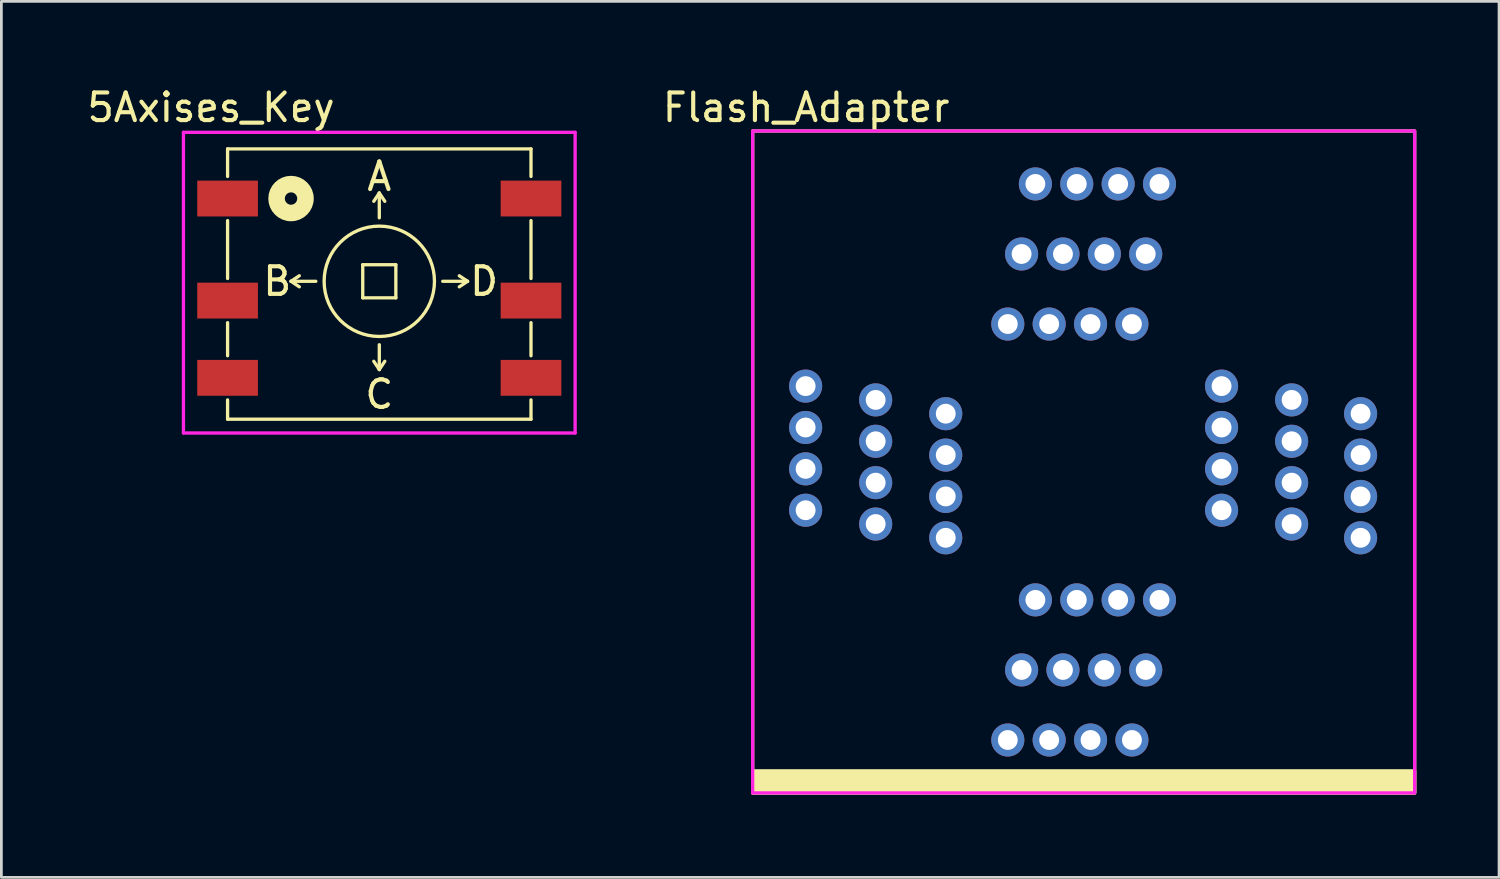
<source format=kicad_pcb>
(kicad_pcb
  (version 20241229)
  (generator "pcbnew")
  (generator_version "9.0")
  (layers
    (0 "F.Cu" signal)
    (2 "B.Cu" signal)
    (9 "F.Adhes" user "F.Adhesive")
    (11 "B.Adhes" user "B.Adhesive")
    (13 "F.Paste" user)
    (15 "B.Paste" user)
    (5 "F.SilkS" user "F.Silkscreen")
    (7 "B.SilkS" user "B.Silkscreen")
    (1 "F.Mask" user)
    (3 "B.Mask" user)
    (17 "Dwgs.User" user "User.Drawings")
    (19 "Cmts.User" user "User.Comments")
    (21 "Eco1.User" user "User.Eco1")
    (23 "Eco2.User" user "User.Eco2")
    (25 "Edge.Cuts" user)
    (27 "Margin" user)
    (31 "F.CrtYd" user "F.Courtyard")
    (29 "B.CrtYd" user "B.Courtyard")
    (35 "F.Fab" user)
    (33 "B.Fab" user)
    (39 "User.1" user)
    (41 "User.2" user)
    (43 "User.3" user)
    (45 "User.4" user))
  (footprint "5Axises_Key"
    (layer "F.Cu")
    (at 10.701 7.148)
    (property "Reference" "5Axises_Key" (at -6.1 -6.3 0) (layer "F.SilkS") (effects (font (size 1 1) (thickness 0.15))))
    (attr through_hole)
    (fp_line (start -5.5 -4.8) (end 5.5 -4.8) (stroke (width 0.12) (type solid)) (layer "F.SilkS"))
    (fp_line (start -5.5 -3.8) (end -5.5 -4.8) (stroke (width 0.12) (type solid)) (layer "F.SilkS"))
    (fp_line (start -5.5 -2.2) (end -5.5 -0.1) (stroke (width 0.12) (type solid)) (layer "F.SilkS"))
    (fp_line (start -5.5 1.5) (end -5.5 2.7) (stroke (width 0.12) (type solid)) (layer "F.SilkS"))
    (fp_line (start -5.5 4.3) (end -5.5 5) (stroke (width 0.12) (type solid)) (layer "F.SilkS"))
    (fp_line (start -5.5 5) (end 5.5 5) (stroke (width 0.12) (type solid)) (layer "F.SilkS"))
    (fp_line (start -3.2 0) (end -2.9 -0.2) (stroke (width 0.12) (type solid)) (layer "F.SilkS"))
    (fp_line (start -3.2 0) (end -2.9 0.2) (stroke (width 0.12) (type solid)) (layer "F.SilkS"))
    (fp_line (start -2.3 0) (end -3.2 0) (stroke (width 0.12) (type solid)) (layer "F.SilkS"))
    (fp_line (start -0.6 -0.6) (end -0.6 0.6) (stroke (width 0.12) (type solid)) (layer "F.SilkS"))
    (fp_line (start -0.6 0.6) (end 0.6 0.6) (stroke (width 0.12) (type solid)) (layer "F.SilkS"))
    (fp_line (start 0 -3.2) (end -0.2 -2.9) (stroke (width 0.12) (type solid)) (layer "F.SilkS"))
    (fp_line (start 0 -3.2) (end 0.2 -2.9) (stroke (width 0.12) (type solid)) (layer "F.SilkS"))
    (fp_line (start 0 -2.3) (end 0 -3.2) (stroke (width 0.12) (type solid)) (layer "F.SilkS"))
    (fp_line (start 0 2.3) (end 0 3.2) (stroke (width 0.12) (type solid)) (layer "F.SilkS"))
    (fp_line (start 0 3.2) (end -0.2 2.9) (stroke (width 0.12) (type solid)) (layer "F.SilkS"))
    (fp_line (start 0 3.2) (end 0.2 2.9) (stroke (width 0.12) (type solid)) (layer "F.SilkS"))
    (fp_line (start 0.6 -0.6) (end -0.6 -0.6) (stroke (width 0.12) (type solid)) (layer "F.SilkS"))
    (fp_line (start 0.6 0.6) (end 0.6 -0.6) (stroke (width 0.12) (type solid)) (layer "F.SilkS"))
    (fp_line (start 2.3 0) (end 3.2 0) (stroke (width 0.12) (type solid)) (layer "F.SilkS"))
    (fp_line (start 3.2 0) (end 2.9 -0.2) (stroke (width 0.12) (type solid)) (layer "F.SilkS"))
    (fp_line (start 3.2 0) (end 2.9 0.2) (stroke (width 0.12) (type solid)) (layer "F.SilkS"))
    (fp_line (start 5.5 -4.8) (end 5.5 -3.8) (stroke (width 0.12) (type solid)) (layer "F.SilkS"))
    (fp_line (start 5.5 -2.2) (end 5.5 -0.1) (stroke (width 0.12) (type solid)) (layer "F.SilkS"))
    (fp_line (start 5.5 1.5) (end 5.5 2.7) (stroke (width 0.12) (type solid)) (layer "F.SilkS"))
    (fp_line (start 5.5 5) (end 5.5 4.3) (stroke (width 0.12) (type solid)) (layer "F.SilkS"))
    (fp_circle (center -3.2 -3) (end -2.976 -3) (stroke (width 0.6) (type solid)) (fill no) (layer "F.SilkS"))
    (fp_circle (center 0 0) (end 2 0) (stroke (width 0.12) (type solid)) (fill no) (layer "F.SilkS"))
    (fp_line (start -7.1 -5.4) (end -7.1 5.5) (stroke (width 0.12) (type solid)) (layer "F.CrtYd"))
    (fp_line (start -7.1 5.5) (end 7.1 5.5) (stroke (width 0.12) (type solid)) (layer "F.CrtYd"))
    (fp_line (start 7.1 -5.4) (end -7.1 -5.4) (stroke (width 0.12) (type solid)) (layer "F.CrtYd"))
    (fp_line (start 7.1 5.5) (end 7.1 -5.4) (stroke (width 0.12) (type solid)) (layer "F.CrtYd"))
    (fp_text user "A" (at 0 -3.8 0) (layer "F.SilkS") (effects (font (size 1 1) (thickness 0.15))))
    (fp_text user "B" (at -3.7 0 0) (layer "F.SilkS") (effects (font (size 1 1) (thickness 0.15))))
    (fp_text user "C" (at 0 4.1 0) (layer "F.SilkS") (effects (font (size 1 1) (thickness 0.15))))
    (fp_text user "D" (at 3.8 0 0) (layer "F.SilkS") (effects (font (size 1 1) (thickness 0.15))))
    (pad "1" smd rect (at -5.5 -3) (size 2.2 1.3) (layers "F.Cu" "F.Mask" "F.Paste"))
    (pad "2" smd rect (at -5.5 0.7) (size 2.2 1.3) (layers "F.Cu" "F.Mask" "F.Paste"))
    (pad "3" smd rect (at -5.5 3.5) (size 2.2 1.3) (layers "F.Cu" "F.Mask" "F.Paste"))
    (pad "4" smd rect (at 5.5 3.5) (size 2.2 1.3) (layers "F.Cu" "F.Mask" "F.Paste"))
    (pad "5" smd rect (at 5.5 0.7) (size 2.2 1.3) (layers "F.Cu" "F.Mask" "F.Paste"))
    (pad "6" smd rect (at 5.5 -3) (size 2.2 1.3) (layers "F.Cu" "F.Mask" "F.Paste")))
  (footprint "Flash_Adapter"
    (layer "F.Cu")
    (at 36.237 13.698)
    (property "Reference" "Flash_Adapter" (at -10.06 -12.85 0) (layer "F.SilkS") (effects (font (size 1 1) (thickness 0.15))))
    (attr through_hole)
    (fp_rect (start -12 -12) (end 12 12) (stroke (width 0.12) (type solid)) (fill no) (layer "F.SilkS"))
    (fp_rect (start -12 11.2) (end 12 12) (stroke (width 0.12) (type solid)) (fill yes) (layer "F.SilkS"))
    (fp_rect (start -12 -12) (end 12 12) (stroke (width 0.12) (type solid)) (fill no) (layer "F.CrtYd"))
    (pad "1" thru_hole circle (at -2.75 10.08) (size 1.2 1.2) (drill 0.72) (layers "*.Cu" "*.Mask"))
    (pad "2" thru_hole circle (at -2.25 7.54) (size 1.2 1.2) (drill 0.72) (layers "*.Cu" "*.Mask"))
    (pad "3" thru_hole circle (at -1.75 5) (size 1.2 1.2) (drill 0.72) (layers "*.Cu" "*.Mask"))
    (pad "4" thru_hole circle (at -1.25 10.08) (size 1.2 1.2) (drill 0.72) (layers "*.Cu" "*.Mask"))
    (pad "5" thru_hole circle (at -0.75 7.54) (size 1.2 1.2) (drill 0.72) (layers "*.Cu" "*.Mask"))
    (pad "6" thru_hole circle (at -0.25 5) (size 1.2 1.2) (drill 0.72) (layers "*.Cu" "*.Mask"))
    (pad "7" thru_hole circle (at 0.25 10.08) (size 1.2 1.2) (drill 0.72) (layers "*.Cu" "*.Mask"))
    (pad "8" thru_hole circle (at 0.75 7.54) (size 1.2 1.2) (drill 0.72) (layers "*.Cu" "*.Mask"))
    (pad "9" thru_hole circle (at 1.25 5) (size 1.2 1.2) (drill 0.72) (layers "*.Cu" "*.Mask"))
    (pad "10" thru_hole circle (at 1.75 10.08) (size 1.2 1.2) (drill 0.72) (layers "*.Cu" "*.Mask"))
    (pad "11" thru_hole circle (at 2.25 7.54) (size 1.2 1.2) (drill 0.72) (layers "*.Cu" "*.Mask"))
    (pad "12" thru_hole circle (at 2.75 5) (size 1.2 1.2) (drill 0.72) (layers "*.Cu" "*.Mask"))
    (pad "13" thru_hole circle (at 10.04 2.75) (size 1.2 1.2) (drill 0.72) (layers "*.Cu" "*.Mask"))
    (pad "14" thru_hole circle (at 7.54 2.25) (size 1.2 1.2) (drill 0.72) (layers "*.Cu" "*.Mask"))
    (pad "15" thru_hole circle (at 5 1.75) (size 1.2 1.2) (drill 0.72) (layers "*.Cu" "*.Mask"))
    (pad "16" thru_hole circle (at 10.04 1.25) (size 1.2 1.2) (drill 0.72) (layers "*.Cu" "*.Mask"))
    (pad "17" thru_hole circle (at 7.54 0.75) (size 1.2 1.2) (drill 0.72) (layers "*.Cu" "*.Mask"))
    (pad "18" thru_hole circle (at 5 0.25) (size 1.2 1.2) (drill 0.72) (layers "*.Cu" "*.Mask"))
    (pad "19" thru_hole circle (at 10.04 -0.25) (size 1.2 1.2) (drill 0.72) (layers "*.Cu" "*.Mask"))
    (pad "20" thru_hole circle (at 7.54 -0.75) (size 1.2 1.2) (drill 0.72) (layers "*.Cu" "*.Mask"))
    (pad "21" thru_hole circle (at 5 -1.25) (size 1.2 1.2) (drill 0.72) (layers "*.Cu" "*.Mask"))
    (pad "22" thru_hole circle (at 10.04 -1.75) (size 1.2 1.2) (drill 0.72) (layers "*.Cu" "*.Mask"))
    (pad "23" thru_hole circle (at 7.54 -2.25) (size 1.2 1.2) (drill 0.72) (layers "*.Cu" "*.Mask"))
    (pad "24" thru_hole circle (at 5 -2.75) (size 1.2 1.2) (drill 0.72) (layers "*.Cu" "*.Mask"))
    (pad "25" thru_hole circle (at 2.75 -10.08) (size 1.2 1.2) (drill 0.72) (layers "*.Cu" "*.Mask"))
    (pad "26" thru_hole circle (at 2.25 -7.54) (size 1.2 1.2) (drill 0.72) (layers "*.Cu" "*.Mask"))
    (pad "27" thru_hole circle (at 1.75 -5) (size 1.2 1.2) (drill 0.72) (layers "*.Cu" "*.Mask"))
    (pad "28" thru_hole circle (at 1.25 -10.08) (size 1.2 1.2) (drill 0.72) (layers "*.Cu" "*.Mask"))
    (pad "29" thru_hole circle (at 0.75 -7.54) (size 1.2 1.2) (drill 0.72) (layers "*.Cu" "*.Mask"))
    (pad "30" thru_hole circle (at 0.25 -5) (size 1.2 1.2) (drill 0.72) (layers "*.Cu" "*.Mask"))
    (pad "31" thru_hole circle (at -0.25 -10.08) (size 1.2 1.2) (drill 0.72) (layers "*.Cu" "*.Mask"))
    (pad "32" thru_hole circle (at -0.75 -7.54) (size 1.2 1.2) (drill 0.72) (layers "*.Cu" "*.Mask"))
    (pad "33" thru_hole circle (at -1.25 -5) (size 1.2 1.2) (drill 0.72) (layers "*.Cu" "*.Mask"))
    (pad "34" thru_hole circle (at -1.75 -10.08) (size 1.2 1.2) (drill 0.72) (layers "*.Cu" "*.Mask"))
    (pad "35" thru_hole circle (at -2.25 -7.54) (size 1.2 1.2) (drill 0.72) (layers "*.Cu" "*.Mask"))
    (pad "36" thru_hole circle (at -2.75 -5) (size 1.2 1.2) (drill 0.72) (layers "*.Cu" "*.Mask"))
    (pad "37" thru_hole circle (at -10.08 -2.75) (size 1.2 1.2) (drill 0.72) (layers "*.Cu" "*.Mask"))
    (pad "38" thru_hole circle (at -7.54 -2.25) (size 1.2 1.2) (drill 0.72) (layers "*.Cu" "*.Mask"))
    (pad "39" thru_hole circle (at -5 -1.75) (size 1.2 1.2) (drill 0.72) (layers "*.Cu" "*.Mask"))
    (pad "40" thru_hole circle (at -10.08 -1.25) (size 1.2 1.2) (drill 0.72) (layers "*.Cu" "*.Mask"))
    (pad "41" thru_hole circle (at -7.54 -0.75) (size 1.2 1.2) (drill 0.72) (layers "*.Cu" "*.Mask"))
    (pad "42" thru_hole circle (at -5 -0.25) (size 1.2 1.2) (drill 0.72) (layers "*.Cu" "*.Mask"))
    (pad "43" thru_hole circle (at -10.08 0.25) (size 1.2 1.2) (drill 0.72) (layers "*.Cu" "*.Mask"))
    (pad "44" thru_hole circle (at -7.54 0.75) (size 1.2 1.2) (drill 0.72) (layers "*.Cu" "*.Mask"))
    (pad "45" thru_hole circle (at -5 1.25) (size 1.2 1.2) (drill 0.72) (layers "*.Cu" "*.Mask"))
    (pad "46" thru_hole circle (at -10.08 1.75) (size 1.2 1.2) (drill 0.72) (layers "*.Cu" "*.Mask"))
    (pad "47" thru_hole circle (at -7.54 2.25) (size 1.2 1.2) (drill 0.72) (layers "*.Cu" "*.Mask"))
    (pad "48" thru_hole circle (at -5 2.75) (size 1.2 1.2) (drill 0.72) (layers "*.Cu" "*.Mask")))
  (gr_rect
    (start -3 -3)
    (end 51.297 28.758)
    (stroke (width 0.1) (type default))
    (fill no)
    (layer "Edge.Cuts")))
</source>
